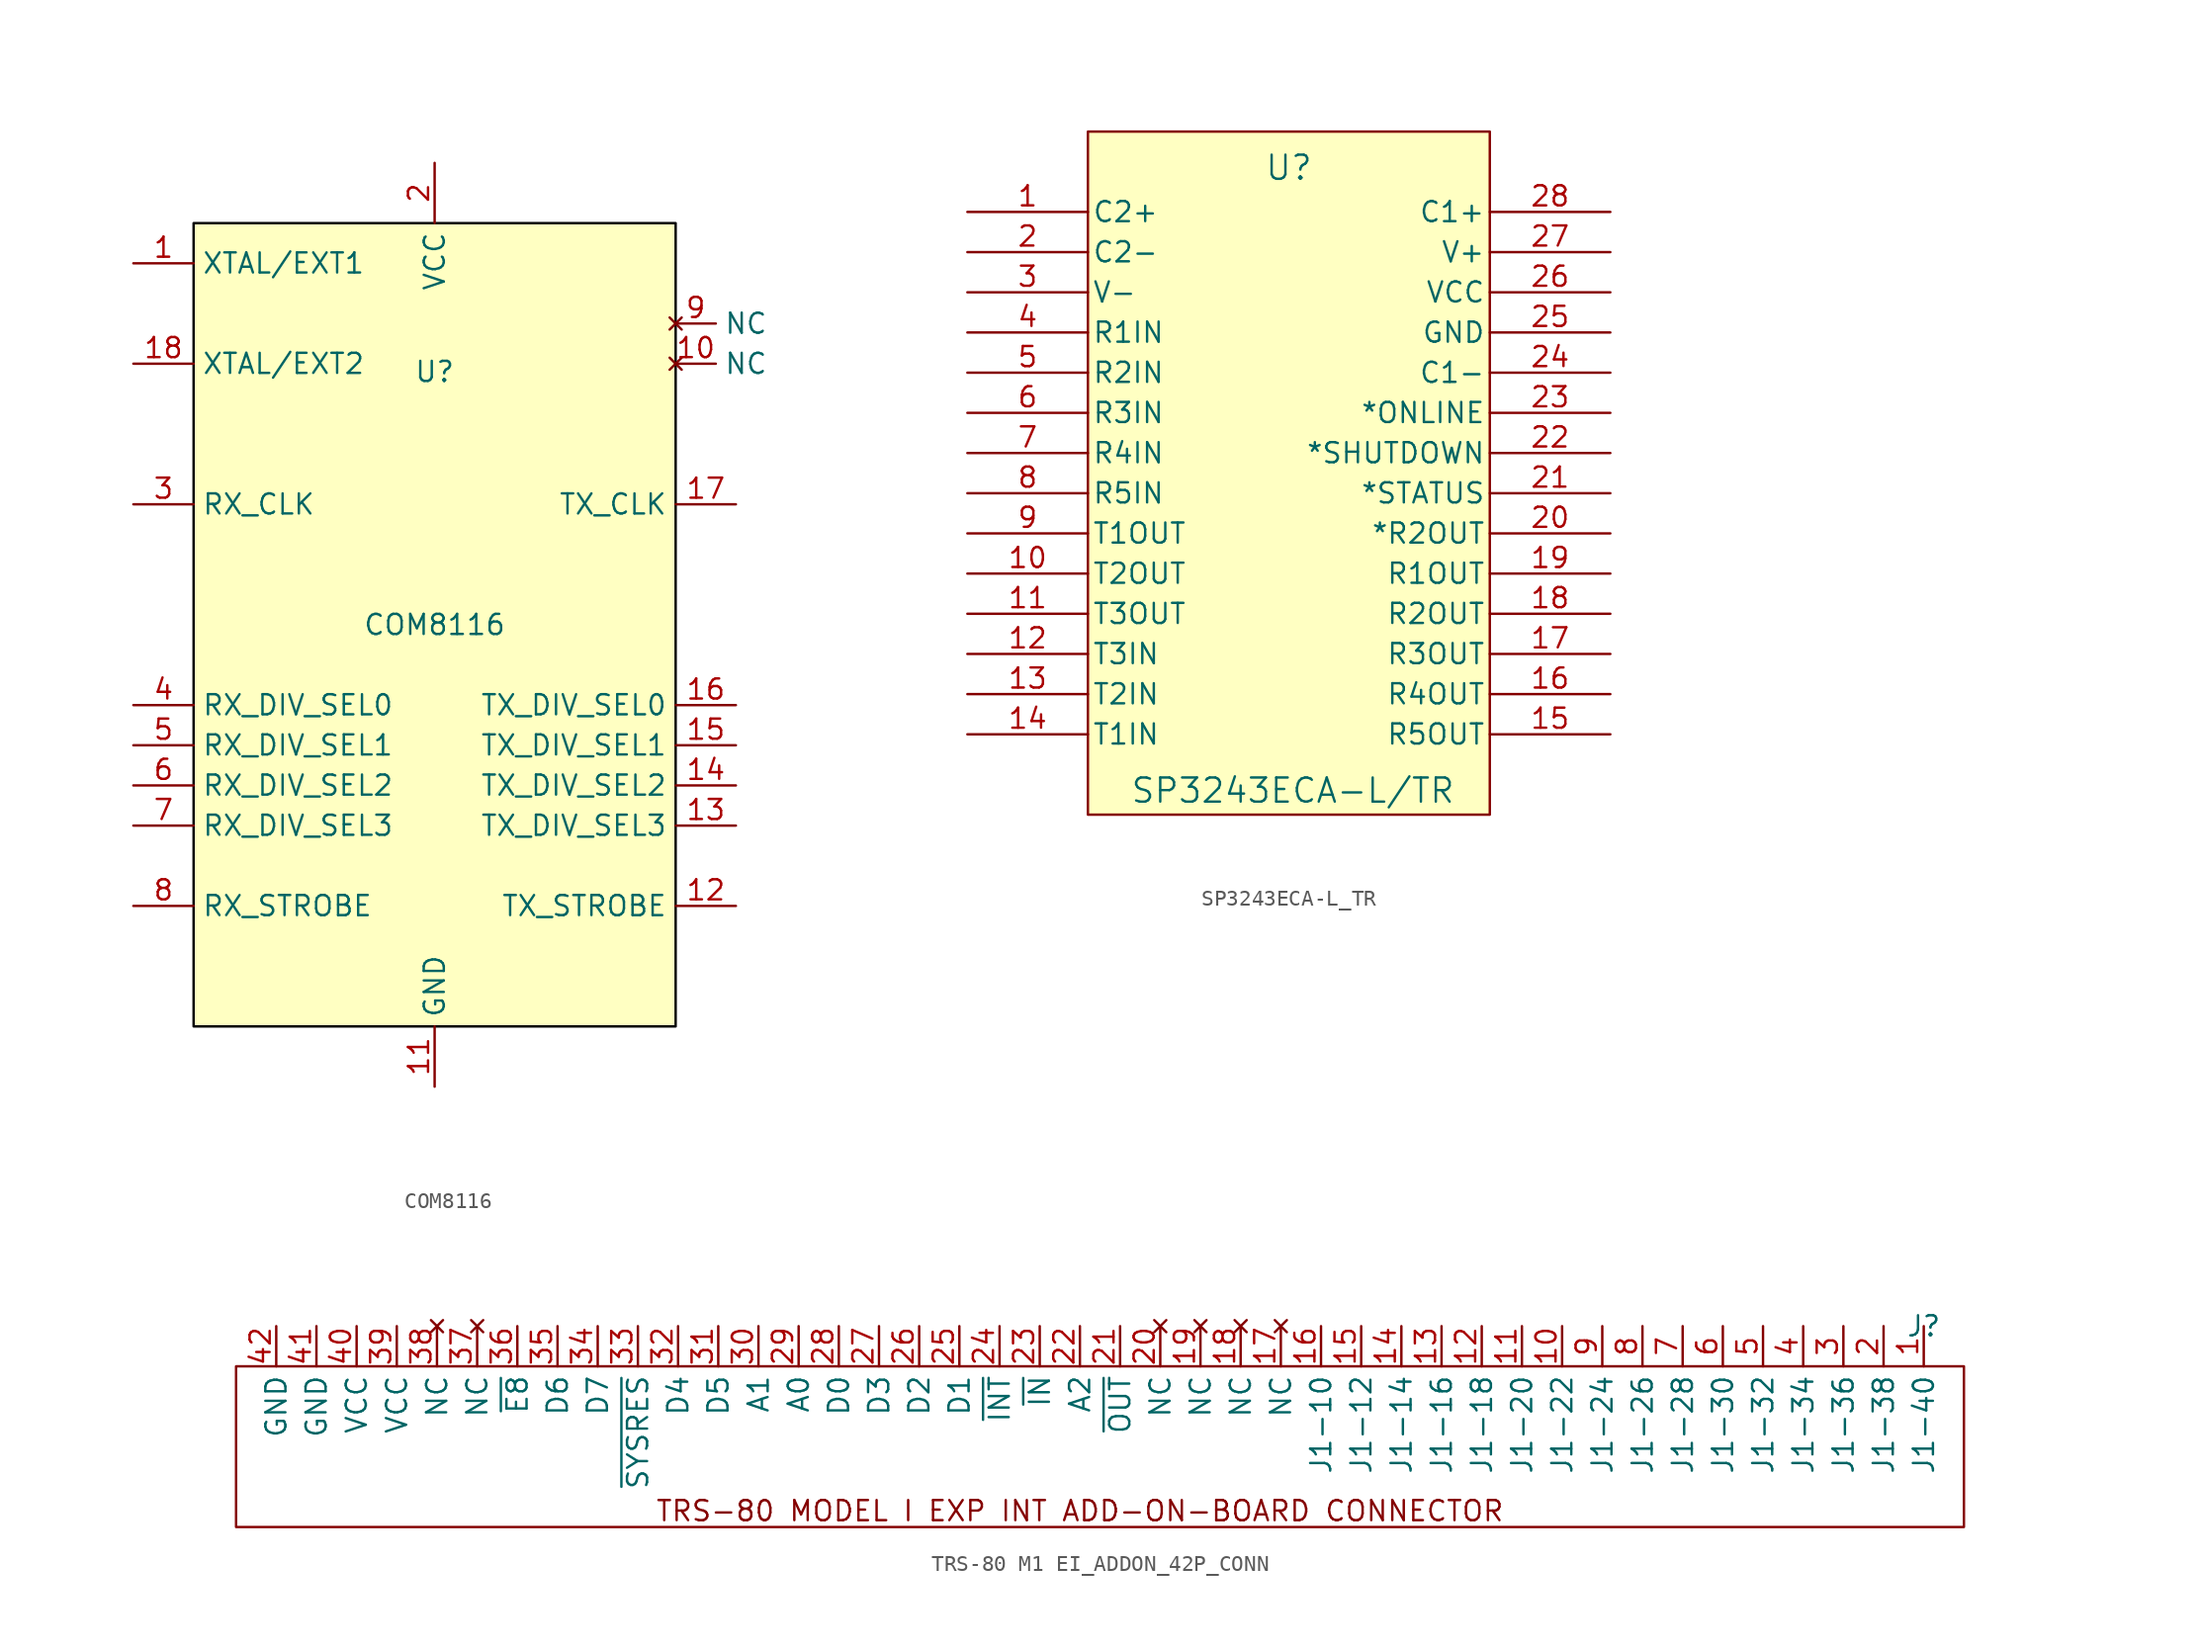
<source format=kicad_sym>
(kicad_symbol_lib
  (version 20241209)
  (generator "kicad_symbol_editor")
  (generator_version "9.0")
  (symbol "COM8116"
    (property "Reference" "U"
      (at 0 16.002 0)
      (effects (font (size 1.27 1.27))))
    (property "Value" "COM8116"
      (at 0 0 0)
      (effects (font (size 1.27 1.27))))
    (symbol "COM8116_1_1"
      (rectangle (start -15.24 25.4) (end 15.24 -25.4) (stroke (width 0) (type solid) (color 0 0 0 1)) (fill (type color) (color 255 255 194 1)))
      (pin passive line (at -19.05 22.86 0) (length 3.81) (name "XTAL/EXT1" (effects (font (size 1.27 1.27)))) (number "1" (effects (font (size 1.27 1.27)))))
      (pin passive line (at -19.05 16.51 0) (length 3.81) (name "XTAL/EXT2" (effects (font (size 1.27 1.27)))) (number "18" (effects (font (size 1.27 1.27)))))
      (pin output line (at -19.05 7.62 0) (length 3.81) (name "RX_CLK" (effects (font (size 1.27 1.27)))) (number "3" (effects (font (size 1.27 1.27)))))
      (pin input line (at -19.05 -5.08 0) (length 3.81) (name "RX_DIV_SEL0" (effects (font (size 1.27 1.27)))) (number "4" (effects (font (size 1.27 1.27)))))
      (pin input line (at -19.05 -7.62 0) (length 3.81) (name "RX_DIV_SEL1" (effects (font (size 1.27 1.27)))) (number "5" (effects (font (size 1.27 1.27)))))
      (pin input line (at -19.05 -10.16 0) (length 3.81) (name "RX_DIV_SEL2" (effects (font (size 1.27 1.27)))) (number "6" (effects (font (size 1.27 1.27)))))
      (pin input line (at -19.05 -12.7 0) (length 3.81) (name "RX_DIV_SEL3" (effects (font (size 1.27 1.27)))) (number "7" (effects (font (size 1.27 1.27)))))
      (pin input line (at -19.05 -17.78 0) (length 3.81) (name "RX_STROBE" (effects (font (size 1.27 1.27)))) (number "8" (effects (font (size 1.27 1.27)))))
      (pin power_in line (at 0 29.21 270) (length 3.81) (name "VCC" (effects (font (size 1.27 1.27)))) (number "2" (effects (font (size 1.27 1.27)))))
      (pin power_in line (at 0 -29.21 90) (length 3.81) (name "GND" (effects (font (size 1.27 1.27)))) (number "11" (effects (font (size 1.27 1.27)))))
      (pin no_connect line (at 15.24 19.05 0) (length 2.54) (name "NC" (effects (font (size 1.27 1.27)))) (number "9" (effects (font (size 1.27 1.27)))))
      (pin no_connect line (at 15.24 16.51 0) (length 2.54) (name "NC" (effects (font (size 1.27 1.27)))) (number "10" (effects (font (size 1.27 1.27)))))
      (pin output line (at 19.05 7.62 180) (length 3.81) (name "TX_CLK" (effects (font (size 1.27 1.27)))) (number "17" (effects (font (size 1.27 1.27)))))
      (pin input line (at 19.05 -5.08 180) (length 3.81) (name "TX_DIV_SEL0" (effects (font (size 1.27 1.27)))) (number "16" (effects (font (size 1.27 1.27)))))
      (pin input line (at 19.05 -7.62 180) (length 3.81) (name "TX_DIV_SEL1" (effects (font (size 1.27 1.27)))) (number "15" (effects (font (size 1.27 1.27)))))
      (pin input line (at 19.05 -10.16 180) (length 3.81) (name "TX_DIV_SEL2" (effects (font (size 1.27 1.27)))) (number "14" (effects (font (size 1.27 1.27)))))
      (pin input line (at 19.05 -12.7 180) (length 3.81) (name "TX_DIV_SEL3" (effects (font (size 1.27 1.27)))) (number "13" (effects (font (size 1.27 1.27)))))
      (pin input line (at 19.05 -17.78 180) (length 3.81) (name "TX_STROBE" (effects (font (size 1.27 1.27)))) (number "12" (effects (font (size 1.27 1.27)))))))
  (symbol "SP3243ECA-L_TR"
    (pin_names
      (offset 0.254))
    (property "Reference" "U"
      (at 25.4 2.794 0)
      (effects (font (size 1.524 1.524))))
    (property "Value" "SP3243ECA-L/TR"
      (at 25.654 -36.576 0)
      (effects (font (size 1.524 1.524))))
    (symbol "SP3243ECA-L_TR_0_1"
      (pin unspecified line (at 5.08 0 0) (length 7.62) (name "C2+" (effects (font (size 1.27 1.27)))) (number "1" (effects (font (size 1.27 1.27)))))
      (pin unspecified line (at 5.08 -2.54 0) (length 7.62) (name "C2-" (effects (font (size 1.27 1.27)))) (number "2" (effects (font (size 1.27 1.27)))))
      (pin power_in line (at 5.08 -5.08 0) (length 7.62) (name "V-" (effects (font (size 1.27 1.27)))) (number "3" (effects (font (size 1.27 1.27)))))
      (pin input line (at 5.08 -7.62 0) (length 7.62) (name "R1IN" (effects (font (size 1.27 1.27)))) (number "4" (effects (font (size 1.27 1.27)))))
      (pin input line (at 5.08 -10.16 0) (length 7.62) (name "R2IN" (effects (font (size 1.27 1.27)))) (number "5" (effects (font (size 1.27 1.27)))))
      (pin input line (at 5.08 -12.7 0) (length 7.62) (name "R3IN" (effects (font (size 1.27 1.27)))) (number "6" (effects (font (size 1.27 1.27)))))
      (pin input line (at 5.08 -15.24 0) (length 7.62) (name "R4IN" (effects (font (size 1.27 1.27)))) (number "7" (effects (font (size 1.27 1.27)))))
      (pin input line (at 5.08 -17.78 0) (length 7.62) (name "R5IN" (effects (font (size 1.27 1.27)))) (number "8" (effects (font (size 1.27 1.27)))))
      (pin output line (at 5.08 -20.32 0) (length 7.62) (name "T1OUT" (effects (font (size 1.27 1.27)))) (number "9" (effects (font (size 1.27 1.27)))))
      (pin output line (at 5.08 -22.86 0) (length 7.62) (name "T2OUT" (effects (font (size 1.27 1.27)))) (number "10" (effects (font (size 1.27 1.27)))))
      (pin output line (at 5.08 -25.4 0) (length 7.62) (name "T3OUT" (effects (font (size 1.27 1.27)))) (number "11" (effects (font (size 1.27 1.27)))))
      (pin input line (at 5.08 -27.94 0) (length 7.62) (name "T3IN" (effects (font (size 1.27 1.27)))) (number "12" (effects (font (size 1.27 1.27)))))
      (pin input line (at 5.08 -30.48 0) (length 7.62) (name "T2IN" (effects (font (size 1.27 1.27)))) (number "13" (effects (font (size 1.27 1.27)))))
      (pin input line (at 5.08 -33.02 0) (length 7.62) (name "T1IN" (effects (font (size 1.27 1.27)))) (number "14" (effects (font (size 1.27 1.27)))))
      (pin unspecified line (at 45.72 0 180) (length 7.62) (name "C1+" (effects (font (size 1.27 1.27)))) (number "28" (effects (font (size 1.27 1.27)))))
      (pin power_in line (at 45.72 -2.54 180) (length 7.62) (name "V+" (effects (font (size 1.27 1.27)))) (number "27" (effects (font (size 1.27 1.27)))))
      (pin power_in line (at 45.72 -5.08 180) (length 7.62) (name "VCC" (effects (font (size 1.27 1.27)))) (number "26" (effects (font (size 1.27 1.27)))))
      (pin power_out line (at 45.72 -7.62 180) (length 7.62) (name "GND" (effects (font (size 1.27 1.27)))) (number "25" (effects (font (size 1.27 1.27)))))
      (pin unspecified line (at 45.72 -10.16 180) (length 7.62) (name "C1-" (effects (font (size 1.27 1.27)))) (number "24" (effects (font (size 1.27 1.27)))))
      (pin unspecified line (at 45.72 -12.7 180) (length 7.62) (name "*ONLINE" (effects (font (size 1.27 1.27)))) (number "23" (effects (font (size 1.27 1.27)))))
      (pin unspecified line (at 45.72 -15.24 180) (length 7.62) (name "*SHUTDOWN" (effects (font (size 1.27 1.27)))) (number "22" (effects (font (size 1.27 1.27)))))
      (pin output line (at 45.72 -17.78 180) (length 7.62) (name "*STATUS" (effects (font (size 1.27 1.27)))) (number "21" (effects (font (size 1.27 1.27)))))
      (pin output line (at 45.72 -20.32 180) (length 7.62) (name "*R2OUT" (effects (font (size 1.27 1.27)))) (number "20" (effects (font (size 1.27 1.27)))))
      (pin output line (at 45.72 -22.86 180) (length 7.62) (name "R1OUT" (effects (font (size 1.27 1.27)))) (number "19" (effects (font (size 1.27 1.27)))))
      (pin output line (at 45.72 -25.4 180) (length 7.62) (name "R2OUT" (effects (font (size 1.27 1.27)))) (number "18" (effects (font (size 1.27 1.27)))))
      (pin output line (at 45.72 -27.94 180) (length 7.62) (name "R3OUT" (effects (font (size 1.27 1.27)))) (number "17" (effects (font (size 1.27 1.27)))))
      (pin output line (at 45.72 -30.48 180) (length 7.62) (name "R4OUT" (effects (font (size 1.27 1.27)))) (number "16" (effects (font (size 1.27 1.27)))))
      (pin output line (at 45.72 -33.02 180) (length 7.62) (name "R5OUT" (effects (font (size 1.27 1.27)))) (number "15" (effects (font (size 1.27 1.27))))))
    (symbol "SP3243ECA-L_TR_1_1"
      (rectangle (start 12.7 5.08) (end 38.1 -38.1) (stroke (width 0) (type solid)) (fill (type background)))))
  (symbol "TRS-80 M1 EI_ADDON_42P_CONN"
    (property "Reference" "J"
      (at 102.87 2.54 0)
      (effects (font (size 1.27 1.27))))
    (property "Value" ""
      (at 0 0 0)
      (effects (font (size 1.27 1.27))))
    (symbol "TRS-80 M1 EI_ADDON_42P_CONN_0_0"
      (pin power_in line (at -1.27 2.54 270) (length 2.54) (name "GND" (effects (font (size 1.27 1.27)))) (number "42" (effects (font (size 1.27 1.27)))))
      (pin power_in line (at 1.27 2.54 270) (length 2.54) (name "GND" (effects (font (size 1.27 1.27)))) (number "41" (effects (font (size 1.27 1.27)))))
      (pin power_out line (at 3.81 2.54 270) (length 2.54) (name "VCC" (effects (font (size 1.27 1.27)))) (number "40" (effects (font (size 1.27 1.27)))))
      (pin power_out line (at 6.35 2.54 270) (length 2.54) (name "VCC" (effects (font (size 1.27 1.27)))) (number "39" (effects (font (size 1.27 1.27)))))
      (pin no_connect line (at 8.89 2.54 270) (length 2.54) (name "NC" (effects (font (size 1.27 1.27)))) (number "38" (effects (font (size 1.27 1.27)))))
      (pin no_connect line (at 11.43 2.54 270) (length 2.54) (name "NC" (effects (font (size 1.27 1.27)))) (number "37" (effects (font (size 1.27 1.27)))))
      (pin output line (at 13.97 2.54 270) (length 2.54) (name "~{E8}" (effects (font (size 1.27 1.27)))) (number "36" (effects (font (size 1.27 1.27)))))
      (pin tri_state line (at 16.51 2.54 270) (length 2.54) (name "D6" (effects (font (size 1.27 1.27)))) (number "35" (effects (font (size 1.27 1.27)))))
      (pin tri_state line (at 19.05 2.54 270) (length 2.54) (name "D7" (effects (font (size 1.27 1.27)))) (number "34" (effects (font (size 1.27 1.27)))))
      (pin output line (at 21.59 2.54 270) (length 2.54) (name "~{SYSRES}" (effects (font (size 1.27 1.27)))) (number "33" (effects (font (size 1.27 1.27)))))
      (pin tri_state line (at 24.13 2.54 270) (length 2.54) (name "D4" (effects (font (size 1.27 1.27)))) (number "32" (effects (font (size 1.27 1.27)))))
      (pin tri_state line (at 26.67 2.54 270) (length 2.54) (name "D5" (effects (font (size 1.27 1.27)))) (number "31" (effects (font (size 1.27 1.27)))))
      (pin output line (at 29.21 2.54 270) (length 2.54) (name "A1" (effects (font (size 1.27 1.27)))) (number "30" (effects (font (size 1.27 1.27)))))
      (pin output line (at 31.75 2.54 270) (length 2.54) (name "A0" (effects (font (size 1.27 1.27)))) (number "29" (effects (font (size 1.27 1.27)))))
      (pin tri_state line (at 34.29 2.54 270) (length 2.54) (name "D0" (effects (font (size 1.27 1.27)))) (number "28" (effects (font (size 1.27 1.27)))))
      (pin tri_state line (at 36.83 2.54 270) (length 2.54) (name "D3" (effects (font (size 1.27 1.27)))) (number "27" (effects (font (size 1.27 1.27)))))
      (pin tri_state line (at 39.37 2.54 270) (length 2.54) (name "D2" (effects (font (size 1.27 1.27)))) (number "26" (effects (font (size 1.27 1.27)))))
      (pin tri_state line (at 41.91 2.54 270) (length 2.54) (name "D1" (effects (font (size 1.27 1.27)))) (number "25" (effects (font (size 1.27 1.27)))))
      (pin input line (at 44.45 2.54 270) (length 2.54) (name "~{INT}" (effects (font (size 1.27 1.27)))) (number "24" (effects (font (size 1.27 1.27)))))
      (pin output line (at 46.99 2.54 270) (length 2.54) (name "~{IN}" (effects (font (size 1.27 1.27)))) (number "23" (effects (font (size 1.27 1.27)))))
      (pin output line (at 49.53 2.54 270) (length 2.54) (name "A2" (effects (font (size 1.27 1.27)))) (number "22" (effects (font (size 1.27 1.27)))))
      (pin output line (at 52.07 2.54 270) (length 2.54) (name "~{OUT}" (effects (font (size 1.27 1.27)))) (number "21" (effects (font (size 1.27 1.27)))))
      (pin no_connect line (at 54.61 2.54 270) (length 2.54) (name "NC" (effects (font (size 1.27 1.27)))) (number "20" (effects (font (size 1.27 1.27)))))
      (pin no_connect line (at 57.15 2.54 270) (length 2.54) (name "NC" (effects (font (size 1.27 1.27)))) (number "19" (effects (font (size 1.27 1.27)))))
      (pin no_connect line (at 59.69 2.54 270) (length 2.54) (name "NC" (effects (font (size 1.27 1.27)))) (number "18" (effects (font (size 1.27 1.27)))))
      (pin no_connect line (at 62.23 2.54 270) (length 2.54) (name "NC" (effects (font (size 1.27 1.27)))) (number "17" (effects (font (size 1.27 1.27)))))
      (pin unspecified line (at 64.77 2.54 270) (length 2.54) (name "J1-10" (effects (font (size 1.27 1.27)))) (number "16" (effects (font (size 1.27 1.27)))))
      (pin unspecified line (at 67.31 2.54 270) (length 2.54) (name "J1-12" (effects (font (size 1.27 1.27)))) (number "15" (effects (font (size 1.27 1.27)))))
      (pin unspecified line (at 69.85 2.54 270) (length 2.54) (name "J1-14" (effects (font (size 1.27 1.27)))) (number "14" (effects (font (size 1.27 1.27)))))
      (pin unspecified line (at 72.39 2.54 270) (length 2.54) (name "J1-16" (effects (font (size 1.27 1.27)))) (number "13" (effects (font (size 1.27 1.27)))))
      (pin unspecified line (at 74.93 2.54 270) (length 2.54) (name "J1-18" (effects (font (size 1.27 1.27)))) (number "12" (effects (font (size 1.27 1.27)))))
      (pin unspecified line (at 77.47 2.54 270) (length 2.54) (name "J1-20" (effects (font (size 1.27 1.27)))) (number "11" (effects (font (size 1.27 1.27)))))
      (pin unspecified line (at 80.01 2.54 270) (length 2.54) (name "J1-22" (effects (font (size 1.27 1.27)))) (number "10" (effects (font (size 1.27 1.27)))))
      (pin unspecified line (at 82.55 2.54 270) (length 2.54) (name "J1-24" (effects (font (size 1.27 1.27)))) (number "9" (effects (font (size 1.27 1.27)))))
      (pin unspecified line (at 85.09 2.54 270) (length 2.54) (name "J1-26" (effects (font (size 1.27 1.27)))) (number "8" (effects (font (size 1.27 1.27)))))
      (pin unspecified line (at 87.63 2.54 270) (length 2.54) (name "J1-28" (effects (font (size 1.27 1.27)))) (number "7" (effects (font (size 1.27 1.27)))))
      (pin unspecified line (at 90.17 2.54 270) (length 2.54) (name "J1-30" (effects (font (size 1.27 1.27)))) (number "6" (effects (font (size 1.27 1.27)))))
      (pin unspecified line (at 92.71 2.54 270) (length 2.54) (name "J1-32" (effects (font (size 1.27 1.27)))) (number "5" (effects (font (size 1.27 1.27)))))
      (pin unspecified line (at 95.25 2.54 270) (length 2.54) (name "J1-34" (effects (font (size 1.27 1.27)))) (number "4" (effects (font (size 1.27 1.27)))))
      (pin unspecified line (at 97.79 2.54 270) (length 2.54) (name "J1-36" (effects (font (size 1.27 1.27)))) (number "3" (effects (font (size 1.27 1.27)))))
      (pin unspecified line (at 100.33 2.54 270) (length 2.54) (name "J1-38" (effects (font (size 1.27 1.27)))) (number "2" (effects (font (size 1.27 1.27)))))
      (pin unspecified line (at 102.87 2.54 270) (length 2.54) (name "J1-40" (effects (font (size 1.27 1.27)))) (number "1" (effects (font (size 1.27 1.27))))))
    (symbol "TRS-80 M1 EI_ADDON_42P_CONN_0_1"
      (rectangle (start -3.81 0) (end 105.41 -10.16) (stroke (width 0) (type default)) (fill (type none))))
    (symbol "TRS-80 M1 EI_ADDON_42P_CONN_1_1"
      (text "TRS-80 MODEL I EXP INT ADD-ON-BOARD CONNECTOR" (at 49.53 -9.144 0) (effects (font (size 1.27 1.27)))))))
</source>
